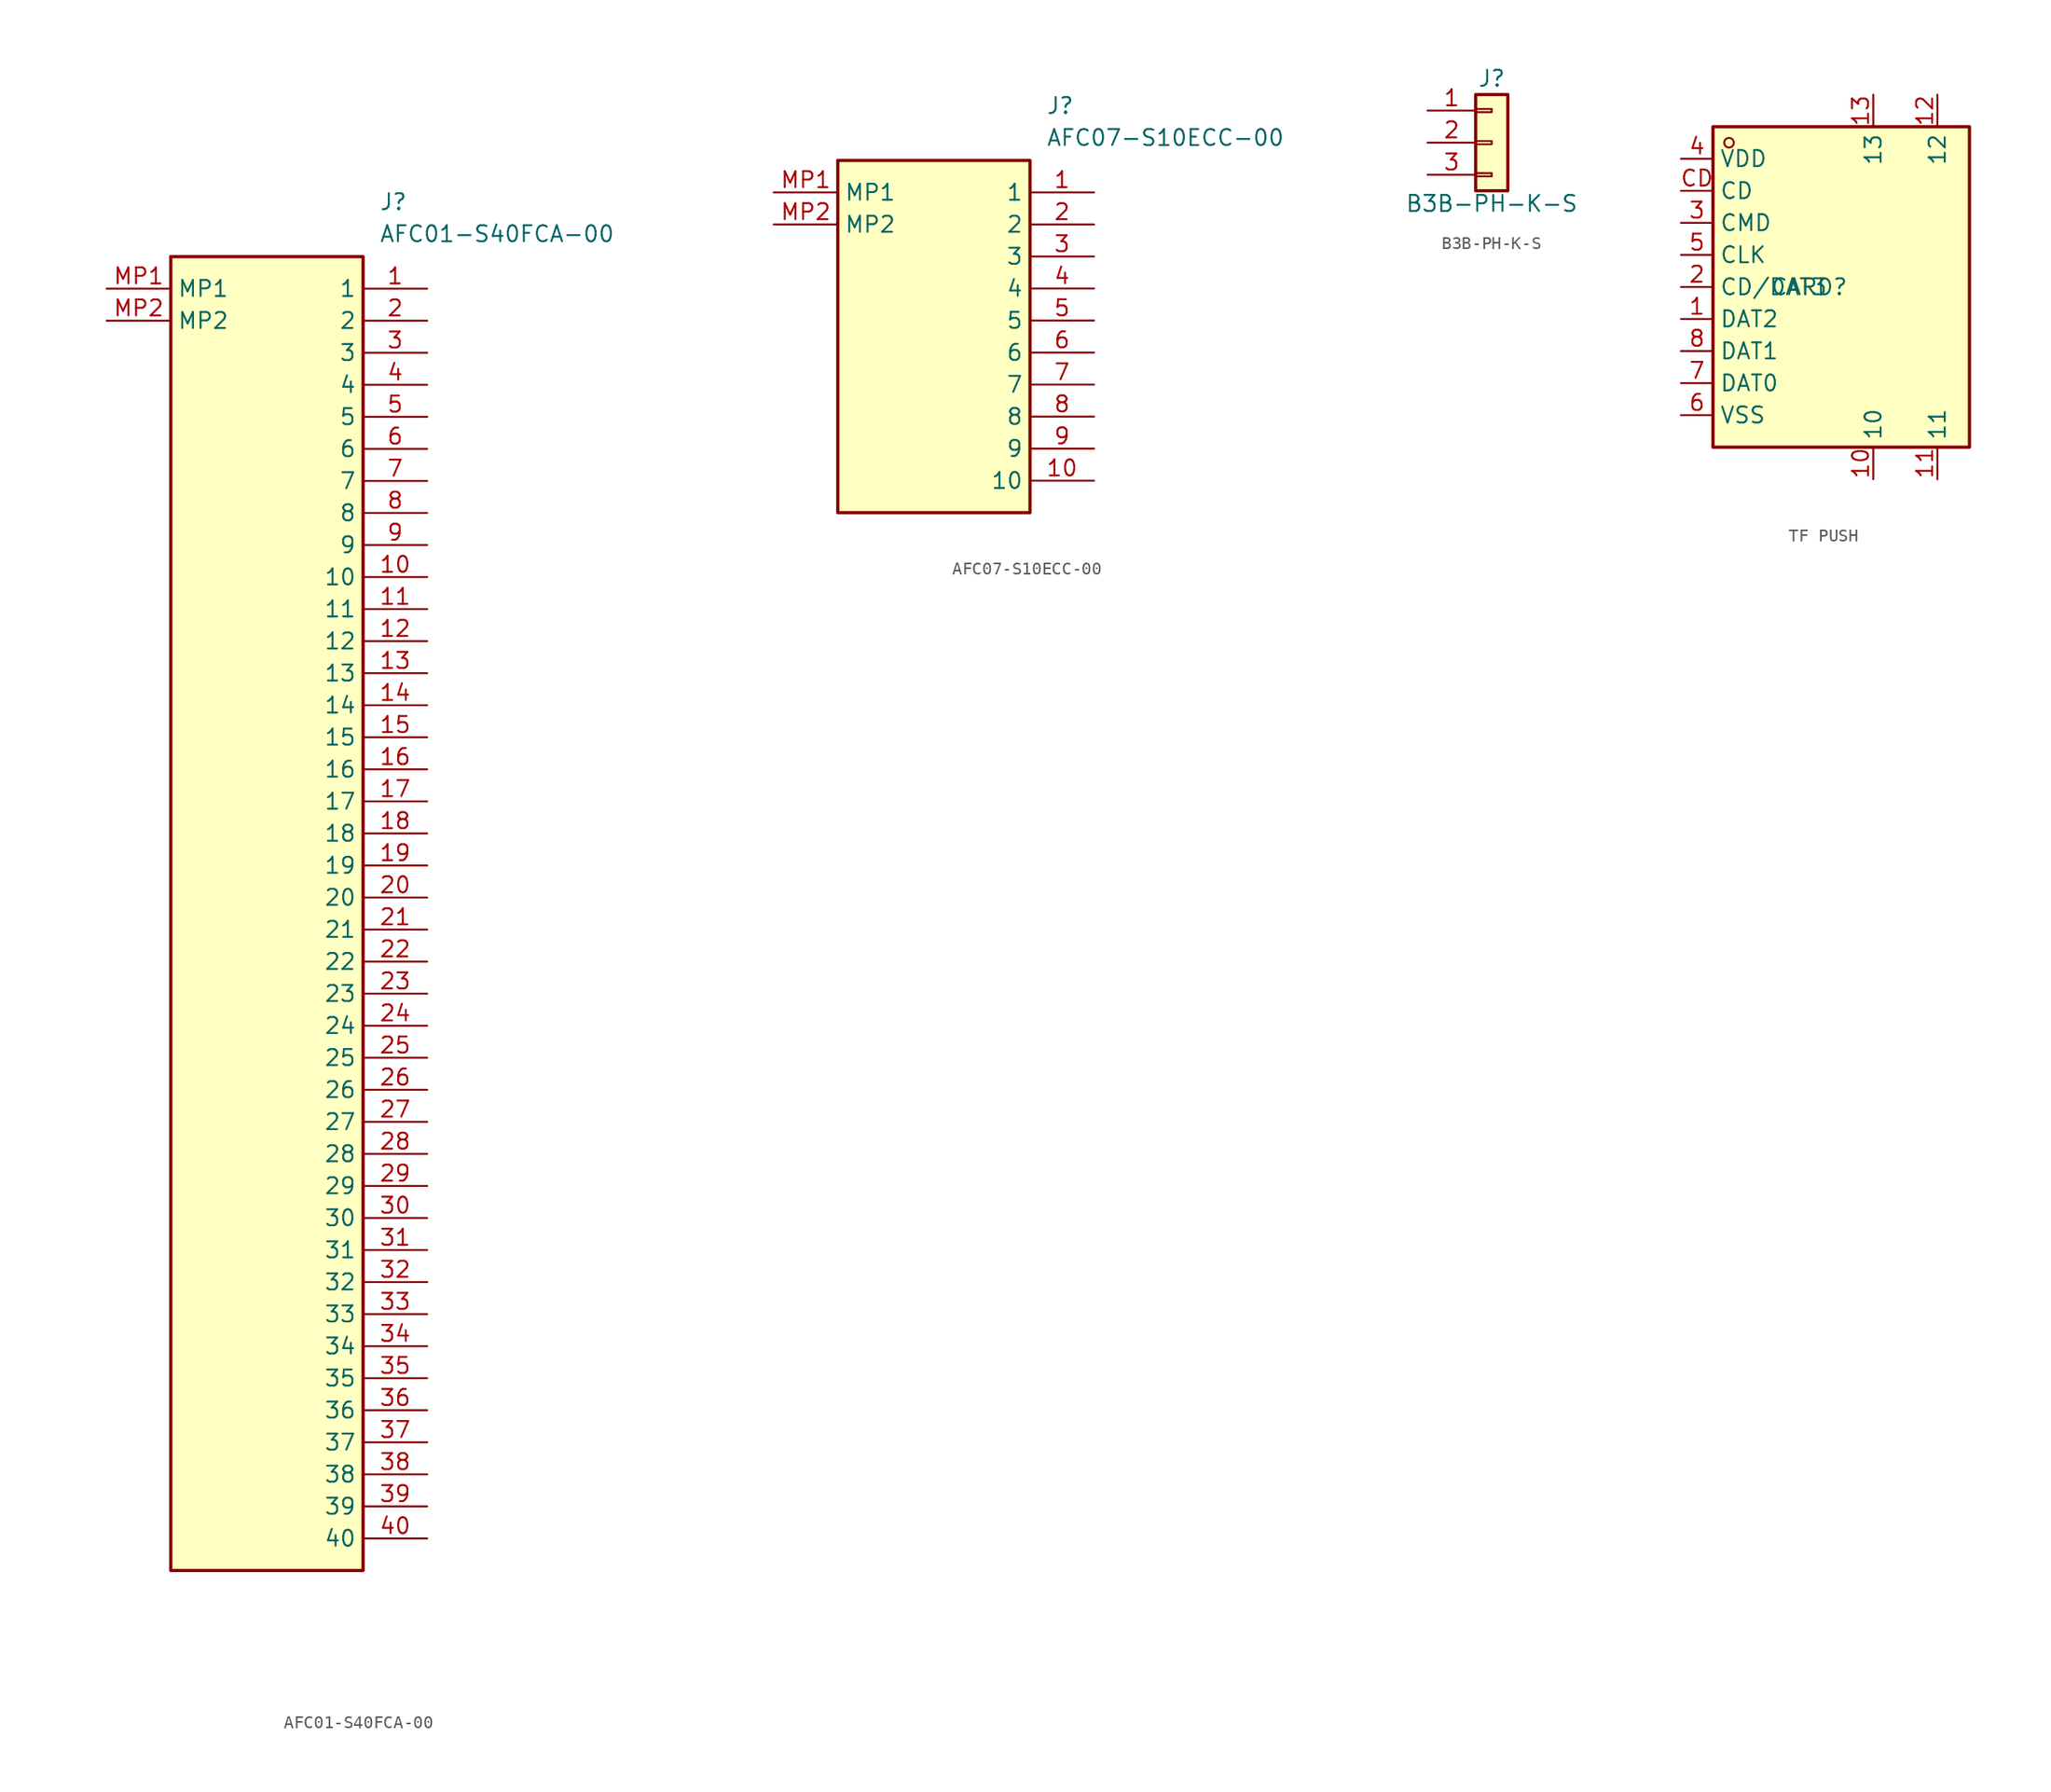
<source format=kicad_sym>
(kicad_symbol_lib
  (version 20241209)
  (generator "kicad_symbol_editor")
  (generator_version "9.0")
  (symbol "AFC01-S40FCA-00"
    (property "Reference" "J"
      (at 21.59 7.62 0)
      (effects (font (size 1.27 1.27)) (justify left top)))
    (property "Value" "AFC01-S40FCA-00"
      (at 21.59 5.08 0)
      (effects (font (size 1.27 1.27)) (justify left top)))
    (symbol "AFC01-S40FCA-00_1_1"
      (rectangle (start 5.08 2.54) (end 20.32 -101.6) (stroke (width 0.254) (type default)) (fill (type background)))
      (pin passive line (at 0 0 0) (length 5.08) (name "MP1" (effects (font (size 1.27 1.27)))) (number "MP1" (effects (font (size 1.27 1.27)))))
      (pin passive line (at 0 -2.54 0) (length 5.08) (name "MP2" (effects (font (size 1.27 1.27)))) (number "MP2" (effects (font (size 1.27 1.27)))))
      (pin passive line (at 25.4 0 180) (length 5.08) (name "1" (effects (font (size 1.27 1.27)))) (number "1" (effects (font (size 1.27 1.27)))))
      (pin passive line (at 25.4 -2.54 180) (length 5.08) (name "2" (effects (font (size 1.27 1.27)))) (number "2" (effects (font (size 1.27 1.27)))))
      (pin passive line (at 25.4 -5.08 180) (length 5.08) (name "3" (effects (font (size 1.27 1.27)))) (number "3" (effects (font (size 1.27 1.27)))))
      (pin passive line (at 25.4 -7.62 180) (length 5.08) (name "4" (effects (font (size 1.27 1.27)))) (number "4" (effects (font (size 1.27 1.27)))))
      (pin passive line (at 25.4 -10.16 180) (length 5.08) (name "5" (effects (font (size 1.27 1.27)))) (number "5" (effects (font (size 1.27 1.27)))))
      (pin passive line (at 25.4 -12.7 180) (length 5.08) (name "6" (effects (font (size 1.27 1.27)))) (number "6" (effects (font (size 1.27 1.27)))))
      (pin passive line (at 25.4 -15.24 180) (length 5.08) (name "7" (effects (font (size 1.27 1.27)))) (number "7" (effects (font (size 1.27 1.27)))))
      (pin passive line (at 25.4 -17.78 180) (length 5.08) (name "8" (effects (font (size 1.27 1.27)))) (number "8" (effects (font (size 1.27 1.27)))))
      (pin passive line (at 25.4 -20.32 180) (length 5.08) (name "9" (effects (font (size 1.27 1.27)))) (number "9" (effects (font (size 1.27 1.27)))))
      (pin passive line (at 25.4 -22.86 180) (length 5.08) (name "10" (effects (font (size 1.27 1.27)))) (number "10" (effects (font (size 1.27 1.27)))))
      (pin passive line (at 25.4 -25.4 180) (length 5.08) (name "11" (effects (font (size 1.27 1.27)))) (number "11" (effects (font (size 1.27 1.27)))))
      (pin passive line (at 25.4 -27.94 180) (length 5.08) (name "12" (effects (font (size 1.27 1.27)))) (number "12" (effects (font (size 1.27 1.27)))))
      (pin passive line (at 25.4 -30.48 180) (length 5.08) (name "13" (effects (font (size 1.27 1.27)))) (number "13" (effects (font (size 1.27 1.27)))))
      (pin passive line (at 25.4 -33.02 180) (length 5.08) (name "14" (effects (font (size 1.27 1.27)))) (number "14" (effects (font (size 1.27 1.27)))))
      (pin passive line (at 25.4 -35.56 180) (length 5.08) (name "15" (effects (font (size 1.27 1.27)))) (number "15" (effects (font (size 1.27 1.27)))))
      (pin passive line (at 25.4 -38.1 180) (length 5.08) (name "16" (effects (font (size 1.27 1.27)))) (number "16" (effects (font (size 1.27 1.27)))))
      (pin passive line (at 25.4 -40.64 180) (length 5.08) (name "17" (effects (font (size 1.27 1.27)))) (number "17" (effects (font (size 1.27 1.27)))))
      (pin passive line (at 25.4 -43.18 180) (length 5.08) (name "18" (effects (font (size 1.27 1.27)))) (number "18" (effects (font (size 1.27 1.27)))))
      (pin passive line (at 25.4 -45.72 180) (length 5.08) (name "19" (effects (font (size 1.27 1.27)))) (number "19" (effects (font (size 1.27 1.27)))))
      (pin passive line (at 25.4 -48.26 180) (length 5.08) (name "20" (effects (font (size 1.27 1.27)))) (number "20" (effects (font (size 1.27 1.27)))))
      (pin passive line (at 25.4 -50.8 180) (length 5.08) (name "21" (effects (font (size 1.27 1.27)))) (number "21" (effects (font (size 1.27 1.27)))))
      (pin passive line (at 25.4 -53.34 180) (length 5.08) (name "22" (effects (font (size 1.27 1.27)))) (number "22" (effects (font (size 1.27 1.27)))))
      (pin passive line (at 25.4 -55.88 180) (length 5.08) (name "23" (effects (font (size 1.27 1.27)))) (number "23" (effects (font (size 1.27 1.27)))))
      (pin passive line (at 25.4 -58.42 180) (length 5.08) (name "24" (effects (font (size 1.27 1.27)))) (number "24" (effects (font (size 1.27 1.27)))))
      (pin passive line (at 25.4 -60.96 180) (length 5.08) (name "25" (effects (font (size 1.27 1.27)))) (number "25" (effects (font (size 1.27 1.27)))))
      (pin passive line (at 25.4 -63.5 180) (length 5.08) (name "26" (effects (font (size 1.27 1.27)))) (number "26" (effects (font (size 1.27 1.27)))))
      (pin passive line (at 25.4 -66.04 180) (length 5.08) (name "27" (effects (font (size 1.27 1.27)))) (number "27" (effects (font (size 1.27 1.27)))))
      (pin passive line (at 25.4 -68.58 180) (length 5.08) (name "28" (effects (font (size 1.27 1.27)))) (number "28" (effects (font (size 1.27 1.27)))))
      (pin passive line (at 25.4 -71.12 180) (length 5.08) (name "29" (effects (font (size 1.27 1.27)))) (number "29" (effects (font (size 1.27 1.27)))))
      (pin passive line (at 25.4 -73.66 180) (length 5.08) (name "30" (effects (font (size 1.27 1.27)))) (number "30" (effects (font (size 1.27 1.27)))))
      (pin passive line (at 25.4 -76.2 180) (length 5.08) (name "31" (effects (font (size 1.27 1.27)))) (number "31" (effects (font (size 1.27 1.27)))))
      (pin passive line (at 25.4 -78.74 180) (length 5.08) (name "32" (effects (font (size 1.27 1.27)))) (number "32" (effects (font (size 1.27 1.27)))))
      (pin passive line (at 25.4 -81.28 180) (length 5.08) (name "33" (effects (font (size 1.27 1.27)))) (number "33" (effects (font (size 1.27 1.27)))))
      (pin passive line (at 25.4 -83.82 180) (length 5.08) (name "34" (effects (font (size 1.27 1.27)))) (number "34" (effects (font (size 1.27 1.27)))))
      (pin passive line (at 25.4 -86.36 180) (length 5.08) (name "35" (effects (font (size 1.27 1.27)))) (number "35" (effects (font (size 1.27 1.27)))))
      (pin passive line (at 25.4 -88.9 180) (length 5.08) (name "36" (effects (font (size 1.27 1.27)))) (number "36" (effects (font (size 1.27 1.27)))))
      (pin passive line (at 25.4 -91.44 180) (length 5.08) (name "37" (effects (font (size 1.27 1.27)))) (number "37" (effects (font (size 1.27 1.27)))))
      (pin passive line (at 25.4 -93.98 180) (length 5.08) (name "38" (effects (font (size 1.27 1.27)))) (number "38" (effects (font (size 1.27 1.27)))))
      (pin passive line (at 25.4 -96.52 180) (length 5.08) (name "39" (effects (font (size 1.27 1.27)))) (number "39" (effects (font (size 1.27 1.27)))))
      (pin passive line (at 25.4 -99.06 180) (length 5.08) (name "40" (effects (font (size 1.27 1.27)))) (number "40" (effects (font (size 1.27 1.27)))))))
  (symbol "AFC07-S10ECC-00"
    (property "Reference" "J"
      (at 21.59 7.62 0)
      (effects (font (size 1.27 1.27)) (justify left top)))
    (property "Value" "AFC07-S10ECC-00"
      (at 21.59 5.08 0)
      (effects (font (size 1.27 1.27)) (justify left top)))
    (symbol "AFC07-S10ECC-00_1_1"
      (rectangle (start 5.08 2.54) (end 20.32 -25.4) (stroke (width 0.254) (type default)) (fill (type background)))
      (pin passive line (at 0 0 0) (length 5.08) (name "MP1" (effects (font (size 1.27 1.27)))) (number "MP1" (effects (font (size 1.27 1.27)))))
      (pin passive line (at 0 -2.54 0) (length 5.08) (name "MP2" (effects (font (size 1.27 1.27)))) (number "MP2" (effects (font (size 1.27 1.27)))))
      (pin passive line (at 25.4 0 180) (length 5.08) (name "1" (effects (font (size 1.27 1.27)))) (number "1" (effects (font (size 1.27 1.27)))))
      (pin passive line (at 25.4 -2.54 180) (length 5.08) (name "2" (effects (font (size 1.27 1.27)))) (number "2" (effects (font (size 1.27 1.27)))))
      (pin passive line (at 25.4 -5.08 180) (length 5.08) (name "3" (effects (font (size 1.27 1.27)))) (number "3" (effects (font (size 1.27 1.27)))))
      (pin passive line (at 25.4 -7.62 180) (length 5.08) (name "4" (effects (font (size 1.27 1.27)))) (number "4" (effects (font (size 1.27 1.27)))))
      (pin passive line (at 25.4 -10.16 180) (length 5.08) (name "5" (effects (font (size 1.27 1.27)))) (number "5" (effects (font (size 1.27 1.27)))))
      (pin passive line (at 25.4 -12.7 180) (length 5.08) (name "6" (effects (font (size 1.27 1.27)))) (number "6" (effects (font (size 1.27 1.27)))))
      (pin passive line (at 25.4 -15.24 180) (length 5.08) (name "7" (effects (font (size 1.27 1.27)))) (number "7" (effects (font (size 1.27 1.27)))))
      (pin passive line (at 25.4 -17.78 180) (length 5.08) (name "8" (effects (font (size 1.27 1.27)))) (number "8" (effects (font (size 1.27 1.27)))))
      (pin passive line (at 25.4 -20.32 180) (length 5.08) (name "9" (effects (font (size 1.27 1.27)))) (number "9" (effects (font (size 1.27 1.27)))))
      (pin passive line (at 25.4 -22.86 180) (length 5.08) (name "10" (effects (font (size 1.27 1.27)))) (number "10" (effects (font (size 1.27 1.27)))))))
  (symbol "B3B-PH-K-S"
    (pin_names
      (offset 1.016)
      (hide yes))
    (property "Reference" "J"
      (at 0 2.54 0)
      (effects (font (size 1.27 1.27))))
    (property "Value" "B3B-PH-K-S"
      (at 0 -7.366 0)
      (effects (font (size 1.27 1.27))))
    (symbol "B3B-PH-K-S_1_1"
      (rectangle (start -1.27 1.27) (end 1.27 -6.35) (stroke (width 0.254) (type default)) (fill (type background)))
      (rectangle (start -1.27 0.127) (end 0 -0.127) (stroke (width 0.152) (type default)) (fill (type none)))
      (rectangle (start -1.27 -2.413) (end 0 -2.667) (stroke (width 0.152) (type default)) (fill (type none)))
      (rectangle (start -1.27 -4.953) (end 0 -5.207) (stroke (width 0.152) (type default)) (fill (type none)))
      (pin passive line (at -5.08 0 0) (length 3.81) (name "Pin_1" (effects (font (size 1.27 1.27)))) (number "1" (effects (font (size 1.27 1.27)))))
      (pin passive line (at -5.08 -2.54 0) (length 3.81) (name "Pin_2" (effects (font (size 1.27 1.27)))) (number "2" (effects (font (size 1.27 1.27)))))
      (pin passive line (at -5.08 -5.08 0) (length 3.81) (name "Pin_2" (effects (font (size 1.27 1.27)))) (number "3" (effects (font (size 1.27 1.27)))))))
  (symbol "TF PUSH"
    (property "Reference" "CARD"
      (at 0 0 0)
      (effects (font (size 1.27 1.27))))
    (property "Value" ""
      (at 0 0 0)
      (effects (font (size 1.27 1.27))))
    (symbol "TF PUSH_1_0"
      (circle (center -6.35 11.43) (radius 0.381) (stroke (width 0) (type default)) (fill (type none)))
      (pin unspecified line (at -10.16 10.16 0) (length 2.54) (name "VDD" (effects (font (size 1.27 1.27)))) (number "4" (effects (font (size 1.27 1.27)))))
      (pin unspecified line (at -10.16 7.62 0) (length 2.54) (name "CD" (effects (font (size 1.27 1.27)))) (number "CD" (effects (font (size 1.27 1.27)))))
      (pin unspecified line (at -10.16 5.08 0) (length 2.54) (name "CMD" (effects (font (size 1.27 1.27)))) (number "3" (effects (font (size 1.27 1.27)))))
      (pin unspecified line (at -10.16 2.54 0) (length 2.54) (name "CLK" (effects (font (size 1.27 1.27)))) (number "5" (effects (font (size 1.27 1.27)))))
      (pin unspecified line (at -10.16 0 0) (length 2.54) (name "CD/DAT3" (effects (font (size 1.27 1.27)))) (number "2" (effects (font (size 1.27 1.27)))))
      (pin unspecified line (at -10.16 -2.54 0) (length 2.54) (name "DAT2" (effects (font (size 1.27 1.27)))) (number "1" (effects (font (size 1.27 1.27)))))
      (pin unspecified line (at -10.16 -5.08 0) (length 2.54) (name "DAT1" (effects (font (size 1.27 1.27)))) (number "8" (effects (font (size 1.27 1.27)))))
      (pin unspecified line (at -10.16 -7.62 0) (length 2.54) (name "DAT0" (effects (font (size 1.27 1.27)))) (number "7" (effects (font (size 1.27 1.27)))))
      (pin unspecified line (at -10.16 -10.16 0) (length 2.54) (name "VSS" (effects (font (size 1.27 1.27)))) (number "6" (effects (font (size 1.27 1.27)))))
      (pin unspecified line (at 5.08 15.24 270) (length 2.54) (name "13" (effects (font (size 1.27 1.27)))) (number "13" (effects (font (size 1.27 1.27)))))
      (pin unspecified line (at 5.08 -15.24 90) (length 2.54) (name "10" (effects (font (size 1.27 1.27)))) (number "10" (effects (font (size 1.27 1.27)))))
      (pin unspecified line (at 10.16 15.24 270) (length 2.54) (name "12" (effects (font (size 1.27 1.27)))) (number "12" (effects (font (size 1.27 1.27)))))
      (pin unspecified line (at 10.16 -15.24 90) (length 2.54) (name "11" (effects (font (size 1.27 1.27)))) (number "11" (effects (font (size 1.27 1.27))))))
    (symbol "TF PUSH_1_1"
      (rectangle (start -7.62 12.7) (end 12.7 -12.7) (stroke (width 0.254) (type default)) (fill (type background))))))
</source>
